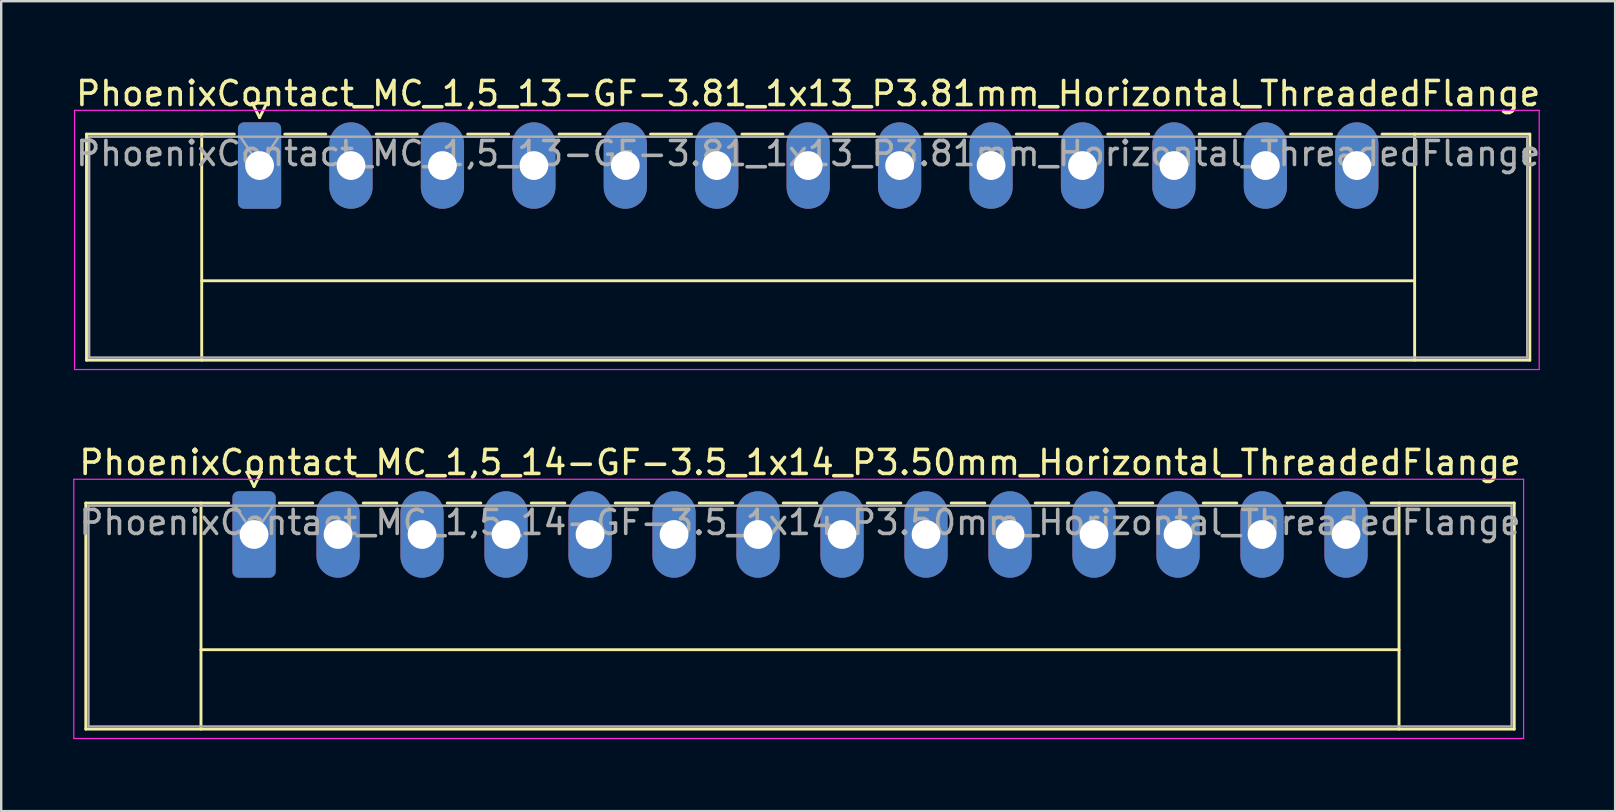
<source format=kicad_pcb>
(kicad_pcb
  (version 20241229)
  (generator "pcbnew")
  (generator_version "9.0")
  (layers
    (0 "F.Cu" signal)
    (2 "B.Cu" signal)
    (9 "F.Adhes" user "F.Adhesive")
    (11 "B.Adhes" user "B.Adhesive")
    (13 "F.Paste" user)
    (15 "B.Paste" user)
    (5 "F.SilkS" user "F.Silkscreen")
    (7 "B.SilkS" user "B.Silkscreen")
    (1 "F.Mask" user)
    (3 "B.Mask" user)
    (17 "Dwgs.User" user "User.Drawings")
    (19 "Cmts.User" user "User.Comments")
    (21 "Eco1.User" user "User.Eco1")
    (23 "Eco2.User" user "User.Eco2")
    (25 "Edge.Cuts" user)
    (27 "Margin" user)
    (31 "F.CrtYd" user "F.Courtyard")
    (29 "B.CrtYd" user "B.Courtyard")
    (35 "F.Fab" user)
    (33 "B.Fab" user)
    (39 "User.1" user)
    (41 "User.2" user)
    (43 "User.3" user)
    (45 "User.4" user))
  (footprint "PhoenixContact_MC_1,5_14-GF-3.5_1x14_P3.50mm_Horizontal_ThreadedFlange"
    (layer "F.Cu")
    (at 7.535 19.221)
    (property "Reference" "PhoenixContact_MC_1,5_14-GF-3.5_1x14_P3.50mm_Horizontal_ThreadedFlange" (at 22.75 -3 0) (layer "F.SilkS") (effects (font (size 1 1) (thickness 0.15))))
    (attr through_hole)
    (fp_line (start -7.01 -1.31) (end -7.01 8.11) (stroke (width 0.12) (type solid)) (layer "F.SilkS"))
    (fp_line (start -7.01 -1.31) (end -1.05 -1.31) (stroke (width 0.12) (type solid)) (layer "F.SilkS"))
    (fp_line (start -7.01 8.11) (end 52.51 8.11) (stroke (width 0.12) (type solid)) (layer "F.SilkS"))
    (fp_line (start -2.21 -1.31) (end -2.21 8.11) (stroke (width 0.12) (type solid)) (layer "F.SilkS"))
    (fp_line (start -2.21 4.8) (end 47.71 4.8) (stroke (width 0.12) (type solid)) (layer "F.SilkS"))
    (fp_line (start -0.3 -2.6) (end 0.3 -2.6) (stroke (width 0.12) (type solid)) (layer "F.SilkS"))
    (fp_line (start 0 -2) (end -0.3 -2.6) (stroke (width 0.12) (type solid)) (layer "F.SilkS"))
    (fp_line (start 0.3 -2.6) (end 0 -2) (stroke (width 0.12) (type solid)) (layer "F.SilkS"))
    (fp_line (start 1.05 -1.31) (end 2.45 -1.31) (stroke (width 0.12) (type solid)) (layer "F.SilkS"))
    (fp_line (start 4.55 -1.31) (end 5.95 -1.31) (stroke (width 0.12) (type solid)) (layer "F.SilkS"))
    (fp_line (start 8.05 -1.31) (end 9.45 -1.31) (stroke (width 0.12) (type solid)) (layer "F.SilkS"))
    (fp_line (start 11.55 -1.31) (end 12.95 -1.31) (stroke (width 0.12) (type solid)) (layer "F.SilkS"))
    (fp_line (start 15.05 -1.31) (end 16.45 -1.31) (stroke (width 0.12) (type solid)) (layer "F.SilkS"))
    (fp_line (start 18.55 -1.31) (end 19.95 -1.31) (stroke (width 0.12) (type solid)) (layer "F.SilkS"))
    (fp_line (start 22.05 -1.31) (end 23.45 -1.31) (stroke (width 0.12) (type solid)) (layer "F.SilkS"))
    (fp_line (start 25.55 -1.31) (end 26.95 -1.31) (stroke (width 0.12) (type solid)) (layer "F.SilkS"))
    (fp_line (start 29.05 -1.31) (end 30.45 -1.31) (stroke (width 0.12) (type solid)) (layer "F.SilkS"))
    (fp_line (start 32.55 -1.31) (end 33.95 -1.31) (stroke (width 0.12) (type solid)) (layer "F.SilkS"))
    (fp_line (start 36.05 -1.31) (end 37.45 -1.31) (stroke (width 0.12) (type solid)) (layer "F.SilkS"))
    (fp_line (start 39.55 -1.31) (end 40.95 -1.31) (stroke (width 0.12) (type solid)) (layer "F.SilkS"))
    (fp_line (start 43.05 -1.31) (end 44.45 -1.31) (stroke (width 0.12) (type solid)) (layer "F.SilkS"))
    (fp_line (start 47.71 -1.31) (end 47.71 8.11) (stroke (width 0.12) (type solid)) (layer "F.SilkS"))
    (fp_line (start 52.51 -1.31) (end 46.55 -1.31) (stroke (width 0.12) (type solid)) (layer "F.SilkS"))
    (fp_line (start 52.51 8.11) (end 52.51 -1.31) (stroke (width 0.12) (type solid)) (layer "F.SilkS"))
    (fp_line (start -7.51 -2.3) (end -7.51 8.5) (stroke (width 0.05) (type solid)) (layer "F.CrtYd"))
    (fp_line (start -7.51 8.5) (end 52.9 8.5) (stroke (width 0.05) (type solid)) (layer "F.CrtYd"))
    (fp_line (start 52.9 -2.3) (end -7.51 -2.3) (stroke (width 0.05) (type solid)) (layer "F.CrtYd"))
    (fp_line (start 52.9 8.5) (end 52.9 -2.3) (stroke (width 0.05) (type solid)) (layer "F.CrtYd"))
    (fp_line (start -6.9 -1.2) (end -6.9 8) (stroke (width 0.1) (type solid)) (layer "F.Fab"))
    (fp_line (start -6.9 8) (end 52.4 8) (stroke (width 0.1) (type solid)) (layer "F.Fab"))
    (fp_line (start 0 0) (end -0.8 -1.2) (stroke (width 0.1) (type solid)) (layer "F.Fab"))
    (fp_line (start 0.8 -1.2) (end 0 0) (stroke (width 0.1) (type solid)) (layer "F.Fab"))
    (fp_line (start 52.4 -1.2) (end -6.9 -1.2) (stroke (width 0.1) (type solid)) (layer "F.Fab"))
    (fp_line (start 52.4 8) (end 52.4 -1.2) (stroke (width 0.1) (type solid)) (layer "F.Fab"))
    (fp_text user "${REFERENCE}" (at 22.75 -0.5 0) (layer "F.Fab") (effects (font (size 1 1) (thickness 0.15))))
    (pad "1" thru_hole roundrect (at 0 0) (size 1.8 3.6) (drill 1.2) (layers "*.Cu" "*.Mask") (roundrect_rratio 0.139))
    (pad "2" thru_hole oval (at 3.5 0) (size 1.8 3.6) (drill 1.2) (layers "*.Cu" "*.Mask"))
    (pad "3" thru_hole oval (at 7 0) (size 1.8 3.6) (drill 1.2) (layers "*.Cu" "*.Mask"))
    (pad "4" thru_hole oval (at 10.5 0) (size 1.8 3.6) (drill 1.2) (layers "*.Cu" "*.Mask"))
    (pad "5" thru_hole oval (at 14 0) (size 1.8 3.6) (drill 1.2) (layers "*.Cu" "*.Mask"))
    (pad "6" thru_hole oval (at 17.5 0) (size 1.8 3.6) (drill 1.2) (layers "*.Cu" "*.Mask"))
    (pad "7" thru_hole oval (at 21 0) (size 1.8 3.6) (drill 1.2) (layers "*.Cu" "*.Mask"))
    (pad "8" thru_hole oval (at 24.5 0) (size 1.8 3.6) (drill 1.2) (layers "*.Cu" "*.Mask"))
    (pad "9" thru_hole oval (at 28 0) (size 1.8 3.6) (drill 1.2) (layers "*.Cu" "*.Mask"))
    (pad "10" thru_hole oval (at 31.5 0) (size 1.8 3.6) (drill 1.2) (layers "*.Cu" "*.Mask"))
    (pad "11" thru_hole oval (at 35 0) (size 1.8 3.6) (drill 1.2) (layers "*.Cu" "*.Mask"))
    (pad "12" thru_hole oval (at 38.5 0) (size 1.8 3.6) (drill 1.2) (layers "*.Cu" "*.Mask"))
    (pad "13" thru_hole oval (at 42 0) (size 1.8 3.6) (drill 1.2) (layers "*.Cu" "*.Mask"))
    (pad "14" thru_hole oval (at 45.5 0) (size 1.8 3.6) (drill 1.2) (layers "*.Cu" "*.Mask")))
  (footprint "PhoenixContact_MC_1,5_13-GF-3.81_1x13_P3.81mm_Horizontal_ThreadedFlange"
    (layer "F.Cu")
    (at 7.765 3.848)
    (property "Reference" "PhoenixContact_MC_1,5_13-GF-3.81_1x13_P3.81mm_Horizontal_ThreadedFlange" (at 22.86 -3 0) (layer "F.SilkS") (effects (font (size 1 1) (thickness 0.15))))
    (attr through_hole)
    (fp_line (start -7.21 -1.31) (end -7.21 8.11) (stroke (width 0.12) (type solid)) (layer "F.SilkS"))
    (fp_line (start -7.21 -1.31) (end -1.05 -1.31) (stroke (width 0.12) (type solid)) (layer "F.SilkS"))
    (fp_line (start -7.21 8.11) (end 52.93 8.11) (stroke (width 0.12) (type solid)) (layer "F.SilkS"))
    (fp_line (start -2.41 -1.31) (end -2.41 8.11) (stroke (width 0.12) (type solid)) (layer "F.SilkS"))
    (fp_line (start -2.41 4.8) (end 48.13 4.8) (stroke (width 0.12) (type solid)) (layer "F.SilkS"))
    (fp_line (start -0.3 -2.6) (end 0.3 -2.6) (stroke (width 0.12) (type solid)) (layer "F.SilkS"))
    (fp_line (start 0 -2) (end -0.3 -2.6) (stroke (width 0.12) (type solid)) (layer "F.SilkS"))
    (fp_line (start 0.3 -2.6) (end 0 -2) (stroke (width 0.12) (type solid)) (layer "F.SilkS"))
    (fp_line (start 1.05 -1.31) (end 2.76 -1.31) (stroke (width 0.12) (type solid)) (layer "F.SilkS"))
    (fp_line (start 4.86 -1.31) (end 6.57 -1.31) (stroke (width 0.12) (type solid)) (layer "F.SilkS"))
    (fp_line (start 8.67 -1.31) (end 10.38 -1.31) (stroke (width 0.12) (type solid)) (layer "F.SilkS"))
    (fp_line (start 12.48 -1.31) (end 14.19 -1.31) (stroke (width 0.12) (type solid)) (layer "F.SilkS"))
    (fp_line (start 16.29 -1.31) (end 18 -1.31) (stroke (width 0.12) (type solid)) (layer "F.SilkS"))
    (fp_line (start 20.1 -1.31) (end 21.81 -1.31) (stroke (width 0.12) (type solid)) (layer "F.SilkS"))
    (fp_line (start 23.91 -1.31) (end 25.62 -1.31) (stroke (width 0.12) (type solid)) (layer "F.SilkS"))
    (fp_line (start 27.72 -1.31) (end 29.43 -1.31) (stroke (width 0.12) (type solid)) (layer "F.SilkS"))
    (fp_line (start 31.53 -1.31) (end 33.24 -1.31) (stroke (width 0.12) (type solid)) (layer "F.SilkS"))
    (fp_line (start 35.34 -1.31) (end 37.05 -1.31) (stroke (width 0.12) (type solid)) (layer "F.SilkS"))
    (fp_line (start 39.15 -1.31) (end 40.86 -1.31) (stroke (width 0.12) (type solid)) (layer "F.SilkS"))
    (fp_line (start 42.96 -1.31) (end 44.67 -1.31) (stroke (width 0.12) (type solid)) (layer "F.SilkS"))
    (fp_line (start 48.13 -1.31) (end 48.13 8.11) (stroke (width 0.12) (type solid)) (layer "F.SilkS"))
    (fp_line (start 52.93 -1.31) (end 46.77 -1.31) (stroke (width 0.12) (type solid)) (layer "F.SilkS"))
    (fp_line (start 52.93 8.11) (end 52.93 -1.31) (stroke (width 0.12) (type solid)) (layer "F.SilkS"))
    (fp_line (start -7.71 -2.3) (end -7.71 8.5) (stroke (width 0.05) (type solid)) (layer "F.CrtYd"))
    (fp_line (start -7.71 8.5) (end 53.32 8.5) (stroke (width 0.05) (type solid)) (layer "F.CrtYd"))
    (fp_line (start 53.32 -2.3) (end -7.71 -2.3) (stroke (width 0.05) (type solid)) (layer "F.CrtYd"))
    (fp_line (start 53.32 8.5) (end 53.32 -2.3) (stroke (width 0.05) (type solid)) (layer "F.CrtYd"))
    (fp_line (start -7.1 -1.2) (end -7.1 8) (stroke (width 0.1) (type solid)) (layer "F.Fab"))
    (fp_line (start -7.1 8) (end 52.82 8) (stroke (width 0.1) (type solid)) (layer "F.Fab"))
    (fp_line (start 0 0) (end -0.8 -1.2) (stroke (width 0.1) (type solid)) (layer "F.Fab"))
    (fp_line (start 0.8 -1.2) (end 0 0) (stroke (width 0.1) (type solid)) (layer "F.Fab"))
    (fp_line (start 52.82 -1.2) (end -7.1 -1.2) (stroke (width 0.1) (type solid)) (layer "F.Fab"))
    (fp_line (start 52.82 8) (end 52.82 -1.2) (stroke (width 0.1) (type solid)) (layer "F.Fab"))
    (fp_text user "${REFERENCE}" (at 22.86 -0.5 0) (layer "F.Fab") (effects (font (size 1 1) (thickness 0.15))))
    (pad "1" thru_hole roundrect (at 0 0) (size 1.8 3.6) (drill 1.2) (layers "*.Cu" "*.Mask") (roundrect_rratio 0.139))
    (pad "2" thru_hole oval (at 3.81 0) (size 1.8 3.6) (drill 1.2) (layers "*.Cu" "*.Mask"))
    (pad "3" thru_hole oval (at 7.62 0) (size 1.8 3.6) (drill 1.2) (layers "*.Cu" "*.Mask"))
    (pad "4" thru_hole oval (at 11.43 0) (size 1.8 3.6) (drill 1.2) (layers "*.Cu" "*.Mask"))
    (pad "5" thru_hole oval (at 15.24 0) (size 1.8 3.6) (drill 1.2) (layers "*.Cu" "*.Mask"))
    (pad "6" thru_hole oval (at 19.05 0) (size 1.8 3.6) (drill 1.2) (layers "*.Cu" "*.Mask"))
    (pad "7" thru_hole oval (at 22.86 0) (size 1.8 3.6) (drill 1.2) (layers "*.Cu" "*.Mask"))
    (pad "8" thru_hole oval (at 26.67 0) (size 1.8 3.6) (drill 1.2) (layers "*.Cu" "*.Mask"))
    (pad "9" thru_hole oval (at 30.48 0) (size 1.8 3.6) (drill 1.2) (layers "*.Cu" "*.Mask"))
    (pad "10" thru_hole oval (at 34.29 0) (size 1.8 3.6) (drill 1.2) (layers "*.Cu" "*.Mask"))
    (pad "11" thru_hole oval (at 38.1 0) (size 1.8 3.6) (drill 1.2) (layers "*.Cu" "*.Mask"))
    (pad "12" thru_hole oval (at 41.91 0) (size 1.8 3.6) (drill 1.2) (layers "*.Cu" "*.Mask"))
    (pad "13" thru_hole oval (at 45.72 0) (size 1.8 3.6) (drill 1.2) (layers "*.Cu" "*.Mask")))
  (gr_rect
    (start -3 -3)
    (end 64.25 30.747)
    (stroke (width 0.1) (type default))
    (fill no)
    (layer "Edge.Cuts")))
</source>
